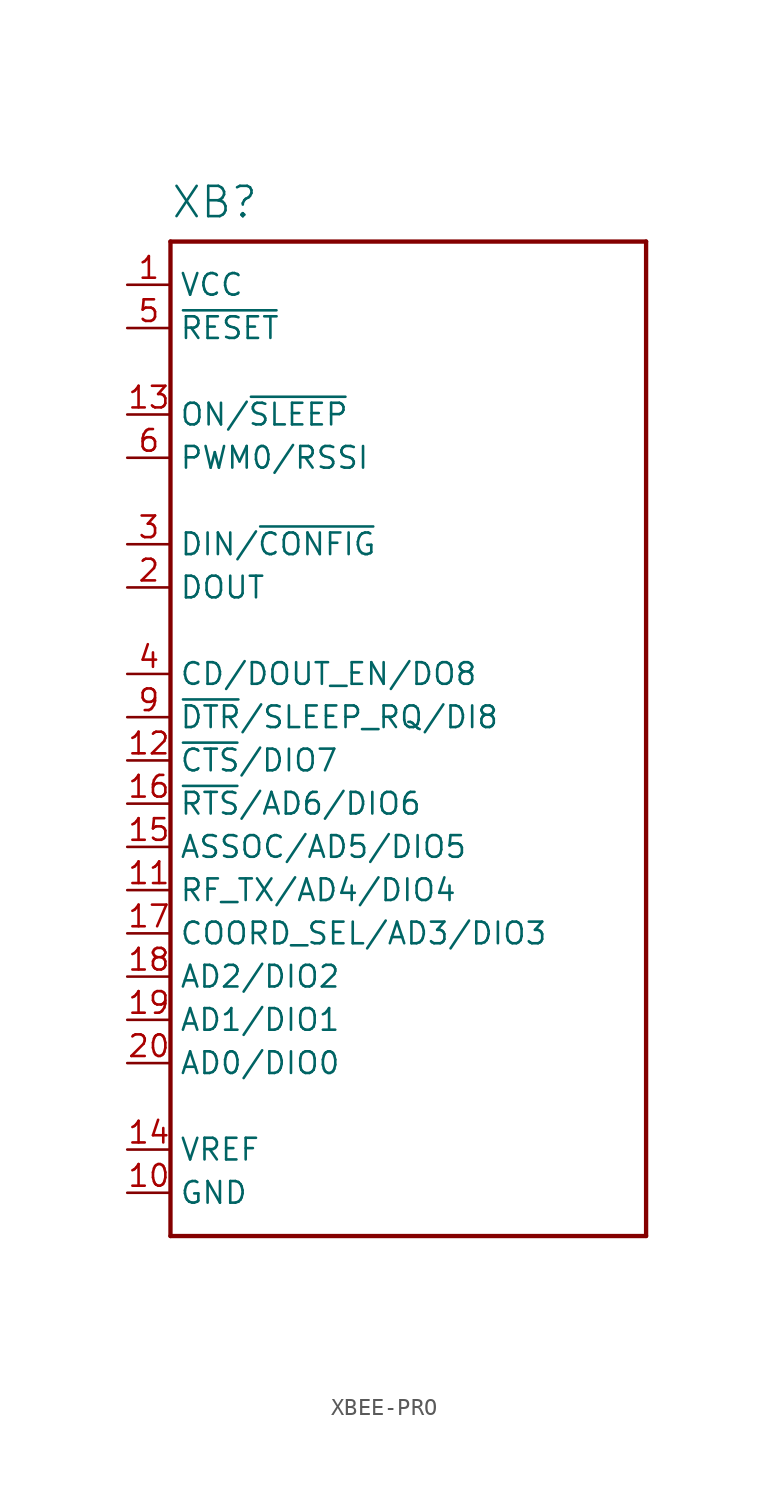
<source format=kicad_sym>
(kicad_symbol_lib
  (version 20220914)
  (generator kicad_symbol_editor)
  (symbol "XBEE-PRO"
    (property "Reference" "XB"
      (at -12.7 29.21 0)
      (effects (font (size 1.778 1.778)) (justify left bottom)))
    (property "Value" ""
      (at -12.7 -33.02 0)
      (effects (font (size 1.778 1.778)) (justify left bottom)))
    (property "ki_locked" ""
      (at 0 0 0)
      (effects (font (size 1.27 1.27))))
    (symbol "XBEE-PRO_1_0"
      (polyline (pts (xy -12.7 -30.48) (xy 15.24 -30.48)) (stroke (width 0.254) (type solid)) (fill (type none)))
      (polyline (pts (xy -12.7 27.94) (xy -12.7 -30.48)) (stroke (width 0.254) (type solid)) (fill (type none)))
      (polyline (pts (xy 15.24 -30.48) (xy 15.24 27.94)) (stroke (width 0.254) (type solid)) (fill (type none)))
      (polyline (pts (xy 15.24 27.94) (xy -12.7 27.94)) (stroke (width 0.254) (type solid)) (fill (type none)))
      (pin power_in line (at -15.24 25.4 0) (length 2.54) (name "VCC" (effects (font (size 1.27 1.27)))) (number "1" (effects (font (size 1.27 1.27)))))
      (pin power_in line (at -15.24 -27.94 0) (length 2.54) (name "GND" (effects (font (size 1.27 1.27)))) (number "10" (effects (font (size 1.27 1.27)))))
      (pin bidirectional line (at -15.24 -10.16 0) (length 2.54) (name "RF_TX/AD4/DIO4" (effects (font (size 1.27 1.27)))) (number "11" (effects (font (size 1.27 1.27)))))
      (pin bidirectional line (at -15.24 -2.54 0) (length 2.54) (name "~{CTS}/DIO7" (effects (font (size 1.27 1.27)))) (number "12" (effects (font (size 1.27 1.27)))))
      (pin output line (at -15.24 17.78 0) (length 2.54) (name "ON/~{SLEEP}" (effects (font (size 1.27 1.27)))) (number "13" (effects (font (size 1.27 1.27)))))
      (pin input line (at -15.24 -25.4 0) (length 2.54) (name "VREF" (effects (font (size 1.27 1.27)))) (number "14" (effects (font (size 1.27 1.27)))))
      (pin bidirectional line (at -15.24 -7.62 0) (length 2.54) (name "ASSOC/AD5/DIO5" (effects (font (size 1.27 1.27)))) (number "15" (effects (font (size 1.27 1.27)))))
      (pin bidirectional line (at -15.24 -5.08 0) (length 2.54) (name "~{RTS}/AD6/DIO6" (effects (font (size 1.27 1.27)))) (number "16" (effects (font (size 1.27 1.27)))))
      (pin bidirectional line (at -15.24 -12.7 0) (length 2.54) (name "COORD_SEL/AD3/DIO3" (effects (font (size 1.27 1.27)))) (number "17" (effects (font (size 1.27 1.27)))))
      (pin bidirectional line (at -15.24 -15.24 0) (length 2.54) (name "AD2/DIO2" (effects (font (size 1.27 1.27)))) (number "18" (effects (font (size 1.27 1.27)))))
      (pin bidirectional line (at -15.24 -17.78 0) (length 2.54) (name "AD1/DIO1" (effects (font (size 1.27 1.27)))) (number "19" (effects (font (size 1.27 1.27)))))
      (pin output line (at -15.24 7.62 0) (length 2.54) (name "DOUT" (effects (font (size 1.27 1.27)))) (number "2" (effects (font (size 1.27 1.27)))))
      (pin bidirectional line (at -15.24 -20.32 0) (length 2.54) (name "AD0/DIO0" (effects (font (size 1.27 1.27)))) (number "20" (effects (font (size 1.27 1.27)))))
      (pin input line (at -15.24 10.16 0) (length 2.54) (name "DIN/~{CONFIG}" (effects (font (size 1.27 1.27)))) (number "3" (effects (font (size 1.27 1.27)))))
      (pin output line (at -15.24 2.54 0) (length 2.54) (name "CD/DOUT_EN/DO8" (effects (font (size 1.27 1.27)))) (number "4" (effects (font (size 1.27 1.27)))))
      (pin input line (at -15.24 22.86 0) (length 2.54) (name "~{RESET}" (effects (font (size 1.27 1.27)))) (number "5" (effects (font (size 1.27 1.27)))))
      (pin output line (at -15.24 15.24 0) (length 2.54) (name "PWM0/RSSI" (effects (font (size 1.27 1.27)))) (number "6" (effects (font (size 1.27 1.27)))))
      (pin bidirectional line (at -15.24 0 0) (length 2.54) (name "~{DTR}/SLEEP_RQ/DI8" (effects (font (size 1.27 1.27)))) (number "9" (effects (font (size 1.27 1.27))))))))
</source>
